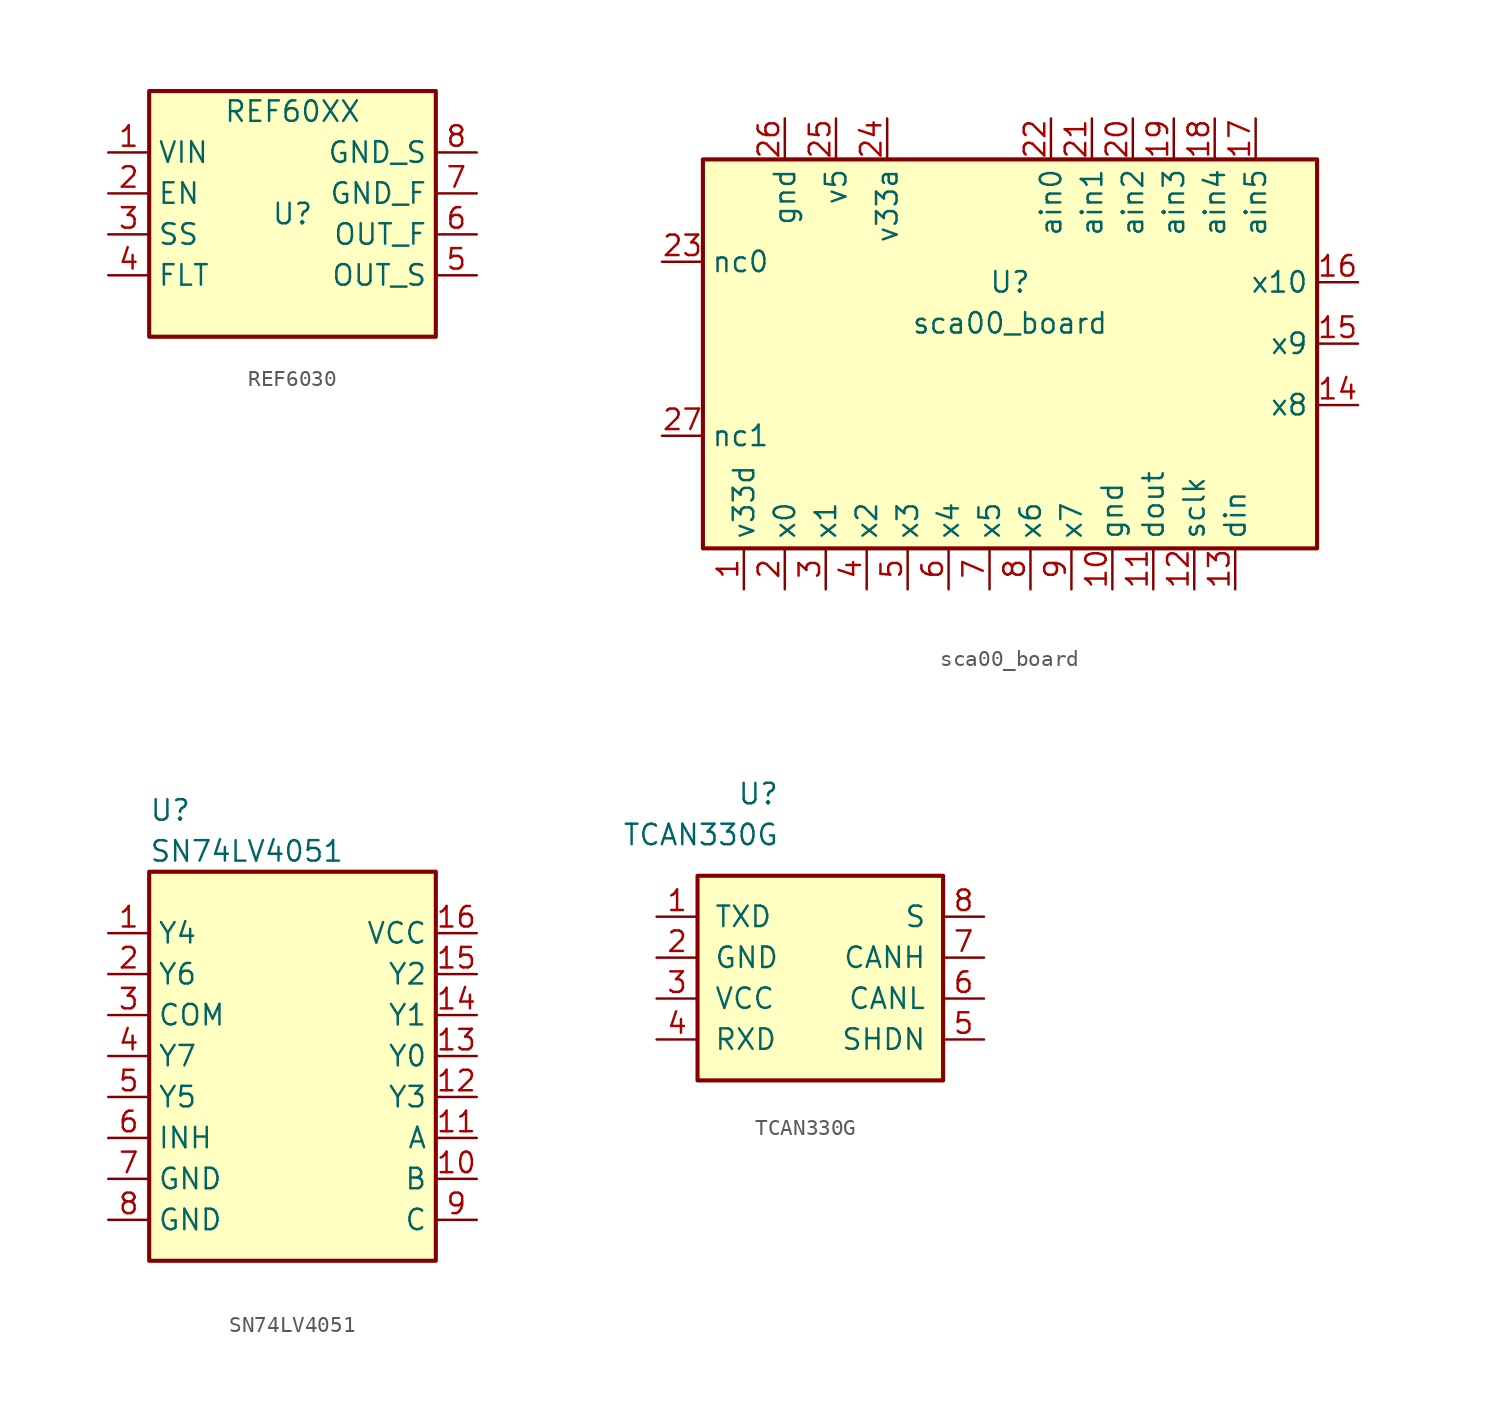
<source format=kicad_sym>
(kicad_symbol_lib
  (version 20231120)
  (generator "kicad_symbol_editor")
  (generator_version "8.0")
  (symbol "REF6030"
    (property "Reference" "U"
      (at 0 0 0)
      (effects (font (size 1.27 1.27))))
    (property "Value" "REF60XX"
      (at 0 6.35 0)
      (effects (font (size 1.27 1.27))))
    (symbol "REF6030_0_1"
      (rectangle (start -8.89 7.62) (end 8.89 -7.62) (stroke (width 0.254) (type default)) (fill (type background))))
    (symbol "REF6030_1_1"
      (pin power_in line (at -11.43 3.81 0) (length 2.54) (name "VIN" (effects (font (size 1.27 1.27)))) (number "1" (effects (font (size 1.27 1.27)))))
      (pin input line (at -11.43 1.27 0) (length 2.54) (name "EN" (effects (font (size 1.27 1.27)))) (number "2" (effects (font (size 1.27 1.27)))))
      (pin input line (at -11.43 -1.27 0) (length 2.54) (name "SS" (effects (font (size 1.27 1.27)))) (number "3" (effects (font (size 1.27 1.27)))))
      (pin input line (at -11.43 -3.81 0) (length 2.54) (name "FLT" (effects (font (size 1.27 1.27)))) (number "4" (effects (font (size 1.27 1.27)))))
      (pin input line (at 11.43 -3.81 180) (length 2.54) (name "OUT_S" (effects (font (size 1.27 1.27)))) (number "5" (effects (font (size 1.27 1.27)))))
      (pin output line (at 11.43 -1.27 180) (length 2.54) (name "OUT_F" (effects (font (size 1.27 1.27)))) (number "6" (effects (font (size 1.27 1.27)))))
      (pin power_in line (at 11.43 1.27 180) (length 2.54) (name "GND_F" (effects (font (size 1.27 1.27)))) (number "7" (effects (font (size 1.27 1.27)))))
      (pin power_in line (at 11.43 3.81 180) (length 2.54) (name "GND_S" (effects (font (size 1.27 1.27)))) (number "8" (effects (font (size 1.27 1.27)))))))
  (symbol "sca00_board"
    (property "Reference" "U"
      (at 0 3.81 0)
      (effects (font (size 1.27 1.27))))
    (property "Value" "sca00_board"
      (at 0 1.27 0)
      (effects (font (size 1.27 1.27))))
    (symbol "sca00_board_0_1"
      (rectangle (start -19.05 11.43) (end 19.05 -12.7) (stroke (width 0.254) (type default)) (fill (type background))))
    (symbol "sca00_board_1_1"
      (pin power_in line (at -16.51 -15.24 90) (length 2.54) (name "v33d" (effects (font (size 1.27 1.27)))) (number "1" (effects (font (size 1.27 1.27)))))
      (pin power_in line (at 6.35 -15.24 90) (length 2.54) (name "gnd" (effects (font (size 1.27 1.27)))) (number "10" (effects (font (size 1.27 1.27)))))
      (pin output line (at 8.89 -15.24 90) (length 2.54) (name "dout" (effects (font (size 1.27 1.27)))) (number "11" (effects (font (size 1.27 1.27)))))
      (pin input line (at 11.43 -15.24 90) (length 2.54) (name "sclk" (effects (font (size 1.27 1.27)))) (number "12" (effects (font (size 1.27 1.27)))))
      (pin input line (at 13.97 -15.24 90) (length 2.54) (name "din" (effects (font (size 1.27 1.27)))) (number "13" (effects (font (size 1.27 1.27)))))
      (pin bidirectional line (at 21.59 -3.81 180) (length 2.54) (name "x8" (effects (font (size 1.27 1.27)))) (number "14" (effects (font (size 1.27 1.27)))))
      (pin bidirectional line (at 21.59 0 180) (length 2.54) (name "x9" (effects (font (size 1.27 1.27)))) (number "15" (effects (font (size 1.27 1.27)))))
      (pin bidirectional line (at 21.59 3.81 180) (length 2.54) (name "x10" (effects (font (size 1.27 1.27)))) (number "16" (effects (font (size 1.27 1.27)))))
      (pin input line (at 15.24 13.97 270) (length 2.54) (name "ain5" (effects (font (size 1.27 1.27)))) (number "17" (effects (font (size 1.27 1.27)))))
      (pin input line (at 12.7 13.97 270) (length 2.54) (name "ain4" (effects (font (size 1.27 1.27)))) (number "18" (effects (font (size 1.27 1.27)))))
      (pin input line (at 10.16 13.97 270) (length 2.54) (name "ain3" (effects (font (size 1.27 1.27)))) (number "19" (effects (font (size 1.27 1.27)))))
      (pin bidirectional line (at -13.97 -15.24 90) (length 2.54) (name "x0" (effects (font (size 1.27 1.27)))) (number "2" (effects (font (size 1.27 1.27)))))
      (pin input line (at 7.62 13.97 270) (length 2.54) (name "ain2" (effects (font (size 1.27 1.27)))) (number "20" (effects (font (size 1.27 1.27)))))
      (pin input line (at 5.08 13.97 270) (length 2.54) (name "ain1" (effects (font (size 1.27 1.27)))) (number "21" (effects (font (size 1.27 1.27)))))
      (pin input line (at 2.54 13.97 270) (length 2.54) (name "ain0" (effects (font (size 1.27 1.27)))) (number "22" (effects (font (size 1.27 1.27)))))
      (pin bidirectional line (at -21.59 5.08 0) (length 2.54) (name "nc0" (effects (font (size 1.27 1.27)))) (number "23" (effects (font (size 1.27 1.27)))))
      (pin power_in line (at -7.62 13.97 270) (length 2.54) (name "v33a" (effects (font (size 1.27 1.27)))) (number "24" (effects (font (size 1.27 1.27)))))
      (pin power_in line (at -10.795 13.97 270) (length 2.54) (name "v5" (effects (font (size 1.27 1.27)))) (number "25" (effects (font (size 1.27 1.27)))))
      (pin power_in line (at -13.97 13.97 270) (length 2.54) (name "gnd" (effects (font (size 1.27 1.27)))) (number "26" (effects (font (size 1.27 1.27)))))
      (pin bidirectional line (at -21.59 -5.715 0) (length 2.54) (name "nc1" (effects (font (size 1.27 1.27)))) (number "27" (effects (font (size 1.27 1.27)))))
      (pin bidirectional line (at -11.43 -15.24 90) (length 2.54) (name "x1" (effects (font (size 1.27 1.27)))) (number "3" (effects (font (size 1.27 1.27)))))
      (pin bidirectional line (at -8.89 -15.24 90) (length 2.54) (name "x2" (effects (font (size 1.27 1.27)))) (number "4" (effects (font (size 1.27 1.27)))))
      (pin bidirectional line (at -6.35 -15.24 90) (length 2.54) (name "x3" (effects (font (size 1.27 1.27)))) (number "5" (effects (font (size 1.27 1.27)))))
      (pin bidirectional line (at -3.81 -15.24 90) (length 2.54) (name "x4" (effects (font (size 1.27 1.27)))) (number "6" (effects (font (size 1.27 1.27)))))
      (pin bidirectional line (at -1.27 -15.24 90) (length 2.54) (name "x5" (effects (font (size 1.27 1.27)))) (number "7" (effects (font (size 1.27 1.27)))))
      (pin bidirectional line (at 1.27 -15.24 90) (length 2.54) (name "x6" (effects (font (size 1.27 1.27)))) (number "8" (effects (font (size 1.27 1.27)))))
      (pin bidirectional line (at 3.81 -15.24 90) (length 2.54) (name "x7" (effects (font (size 1.27 1.27)))) (number "9" (effects (font (size 1.27 1.27)))))))
  (symbol "SN74LV4051"
    (property "Reference" "U"
      (at -8.89 16.51 0)
      (effects (font (size 1.27 1.27)) (justify left)))
    (property "Value" "SN74LV4051"
      (at -8.89 13.97 0)
      (effects (font (size 1.27 1.27)) (justify left)))
    (symbol "SN74LV4051_0_1"
      (rectangle (start -8.89 12.7) (end 8.89 -11.43) (stroke (width 0.254) (type default)) (fill (type background))))
    (symbol "SN74LV4051_1_1"
      (pin input line (at -11.43 8.89 0) (length 2.54) (name "Y4" (effects (font (size 1.27 1.27)))) (number "1" (effects (font (size 1.27 1.27)))))
      (pin input line (at 11.43 -6.35 180) (length 2.54) (name "B" (effects (font (size 1.27 1.27)))) (number "10" (effects (font (size 1.27 1.27)))))
      (pin input line (at 11.43 -3.81 180) (length 2.54) (name "A" (effects (font (size 1.27 1.27)))) (number "11" (effects (font (size 1.27 1.27)))))
      (pin input line (at 11.43 -1.27 180) (length 2.54) (name "Y3" (effects (font (size 1.27 1.27)))) (number "12" (effects (font (size 1.27 1.27)))))
      (pin input line (at 11.43 1.27 180) (length 2.54) (name "Y0" (effects (font (size 1.27 1.27)))) (number "13" (effects (font (size 1.27 1.27)))))
      (pin input line (at 11.43 3.81 180) (length 2.54) (name "Y1" (effects (font (size 1.27 1.27)))) (number "14" (effects (font (size 1.27 1.27)))))
      (pin input line (at 11.43 6.35 180) (length 2.54) (name "Y2" (effects (font (size 1.27 1.27)))) (number "15" (effects (font (size 1.27 1.27)))))
      (pin power_in line (at 11.43 8.89 180) (length 2.54) (name "VCC" (effects (font (size 1.27 1.27)))) (number "16" (effects (font (size 1.27 1.27)))))
      (pin input line (at -11.43 6.35 0) (length 2.54) (name "Y6" (effects (font (size 1.27 1.27)))) (number "2" (effects (font (size 1.27 1.27)))))
      (pin output line (at -11.43 3.81 0) (length 2.54) (name "COM" (effects (font (size 1.27 1.27)))) (number "3" (effects (font (size 1.27 1.27)))))
      (pin input line (at -11.43 1.27 0) (length 2.54) (name "Y7" (effects (font (size 1.27 1.27)))) (number "4" (effects (font (size 1.27 1.27)))))
      (pin input line (at -11.43 -1.27 0) (length 2.54) (name "Y5" (effects (font (size 1.27 1.27)))) (number "5" (effects (font (size 1.27 1.27)))))
      (pin input line (at -11.43 -3.81 0) (length 2.54) (name "INH" (effects (font (size 1.27 1.27)))) (number "6" (effects (font (size 1.27 1.27)))))
      (pin power_in line (at -11.43 -6.35 0) (length 2.54) (name "GND" (effects (font (size 1.27 1.27)))) (number "7" (effects (font (size 1.27 1.27)))))
      (pin power_in line (at -11.43 -8.89 0) (length 2.54) (name "GND" (effects (font (size 1.27 1.27)))) (number "8" (effects (font (size 1.27 1.27)))))
      (pin input line (at 11.43 -8.89 180) (length 2.54) (name "C" (effects (font (size 1.27 1.27)))) (number "9" (effects (font (size 1.27 1.27)))))))
  (symbol "TCAN330G"
    (pin_names
      (offset 1.016))
    (property "Reference" "U"
      (at -2.54 10.16 0)
      (effects (font (size 1.27 1.27)) (justify right)))
    (property "Value" "TCAN330G"
      (at -2.54 7.62 0)
      (effects (font (size 1.27 1.27)) (justify right)))
    (symbol "TCAN330G_0_1"
      (rectangle (start -7.62 5.08) (end 7.62 -7.62) (stroke (width 0.254) (type default)) (fill (type background))))
    (symbol "TCAN330G_1_1"
      (pin input line (at -10.16 2.54 0) (length 2.54) (name "TXD" (effects (font (size 1.27 1.27)))) (number "1" (effects (font (size 1.27 1.27)))))
      (pin power_in line (at -10.16 0 0) (length 2.54) (name "GND" (effects (font (size 1.27 1.27)))) (number "2" (effects (font (size 1.27 1.27)))))
      (pin power_in line (at -10.16 -2.54 0) (length 2.54) (name "VCC" (effects (font (size 1.27 1.27)))) (number "3" (effects (font (size 1.27 1.27)))))
      (pin output line (at -10.16 -5.08 0) (length 2.54) (name "RXD" (effects (font (size 1.27 1.27)))) (number "4" (effects (font (size 1.27 1.27)))))
      (pin input line (at 10.16 -5.08 180) (length 2.54) (name "SHDN" (effects (font (size 1.27 1.27)))) (number "5" (effects (font (size 1.27 1.27)))))
      (pin bidirectional line (at 10.16 -2.54 180) (length 2.54) (name "CANL" (effects (font (size 1.27 1.27)))) (number "6" (effects (font (size 1.27 1.27)))))
      (pin bidirectional line (at 10.16 0 180) (length 2.54) (name "CANH" (effects (font (size 1.27 1.27)))) (number "7" (effects (font (size 1.27 1.27)))))
      (pin input line (at 10.16 2.54 180) (length 2.54) (name "S" (effects (font (size 1.27 1.27)))) (number "8" (effects (font (size 1.27 1.27))))))))
</source>
